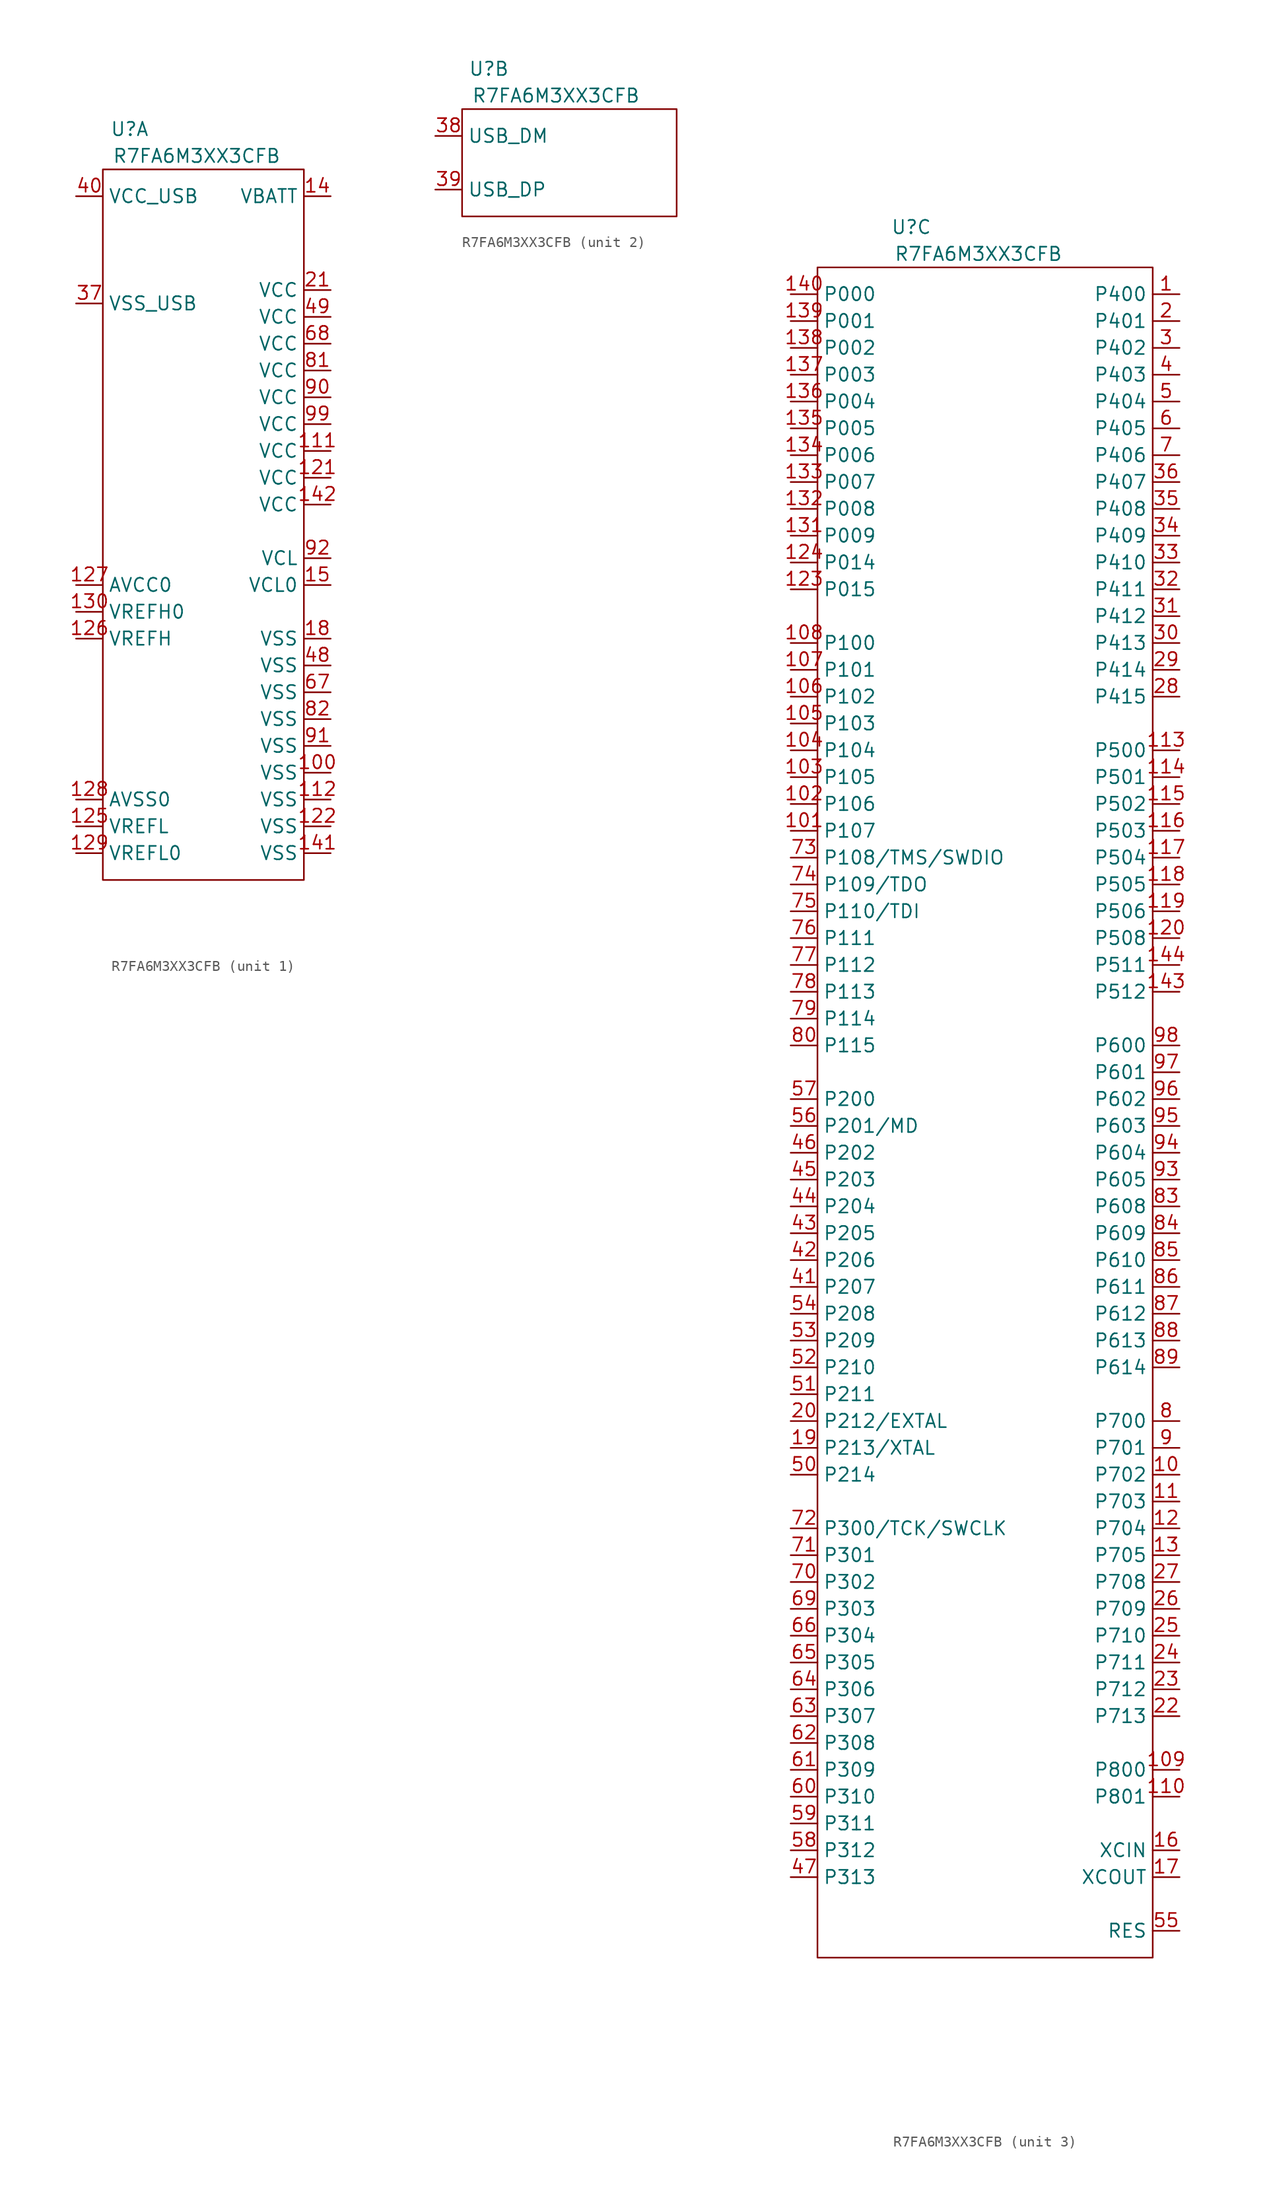
<source format=kicad_sym>
(kicad_symbol_lib
  (version 20211014)
  (generator kicad_symbol_editor)
  (symbol "R7FA6M3XX3CFB"
    (property "Reference" "U"
      (at -7.62 34.29 0)
      (effects (font (size 1.27 1.27))))
    (property "Value" "R7FA6M3XX3CFB"
      (at -1.27 31.75 0)
      (effects (font (size 1.27 1.27))))
    (symbol "R7FA6M3XX3CFB_1_1"
      (rectangle (start -10.16 30.48) (end 8.89 -36.83) (stroke (width 0) (type default) (color 0 0 0 0)) (fill (type none)))
      (pin power_out line (at 11.43 -26.67 180) (length 2.54) (name "VSS" (effects (font (size 1.27 1.27)))) (number "100" (effects (font (size 1.27 1.27)))))
      (pin power_in line (at 11.43 3.81 180) (length 2.54) (name "VCC" (effects (font (size 1.27 1.27)))) (number "111" (effects (font (size 1.27 1.27)))))
      (pin power_out line (at 11.43 -29.21 180) (length 2.54) (name "VSS" (effects (font (size 1.27 1.27)))) (number "112" (effects (font (size 1.27 1.27)))))
      (pin power_in line (at 11.43 1.27 180) (length 2.54) (name "VCC" (effects (font (size 1.27 1.27)))) (number "121" (effects (font (size 1.27 1.27)))))
      (pin power_out line (at 11.43 -31.75 180) (length 2.54) (name "VSS" (effects (font (size 1.27 1.27)))) (number "122" (effects (font (size 1.27 1.27)))))
      (pin power_in line (at -12.7 -31.75 0) (length 2.54) (name "VREFL" (effects (font (size 1.27 1.27)))) (number "125" (effects (font (size 1.27 1.27)))))
      (pin power_in line (at -12.7 -13.97 0) (length 2.54) (name "VREFH" (effects (font (size 1.27 1.27)))) (number "126" (effects (font (size 1.27 1.27)))))
      (pin power_in line (at -12.7 -8.89 0) (length 2.54) (name "AVCC0" (effects (font (size 1.27 1.27)))) (number "127" (effects (font (size 1.27 1.27)))))
      (pin power_out line (at -12.7 -29.21 0) (length 2.54) (name "AVSS0" (effects (font (size 1.27 1.27)))) (number "128" (effects (font (size 1.27 1.27)))))
      (pin power_in line (at -12.7 -34.29 0) (length 2.54) (name "VREFL0" (effects (font (size 1.27 1.27)))) (number "129" (effects (font (size 1.27 1.27)))))
      (pin power_in line (at -12.7 -11.43 0) (length 2.54) (name "VREFH0" (effects (font (size 1.27 1.27)))) (number "130" (effects (font (size 1.27 1.27)))))
      (pin power_in line (at 11.43 27.94 180) (length 2.54) (name "VBATT" (effects (font (size 1.27 1.27)))) (number "14" (effects (font (size 1.27 1.27)))))
      (pin power_out line (at 11.43 -34.29 180) (length 2.54) (name "VSS" (effects (font (size 1.27 1.27)))) (number "141" (effects (font (size 1.27 1.27)))))
      (pin power_in line (at 11.43 -1.27 180) (length 2.54) (name "VCC" (effects (font (size 1.27 1.27)))) (number "142" (effects (font (size 1.27 1.27)))))
      (pin power_in line (at 11.43 -8.89 180) (length 2.54) (name "VCL0" (effects (font (size 1.27 1.27)))) (number "15" (effects (font (size 1.27 1.27)))))
      (pin power_out line (at 11.43 -13.97 180) (length 2.54) (name "VSS" (effects (font (size 1.27 1.27)))) (number "18" (effects (font (size 1.27 1.27)))))
      (pin power_in line (at 11.43 19.05 180) (length 2.54) (name "VCC" (effects (font (size 1.27 1.27)))) (number "21" (effects (font (size 1.27 1.27)))))
      (pin power_in line (at -12.7 17.78 0) (length 2.54) (name "VSS_USB" (effects (font (size 1.27 1.27)))) (number "37" (effects (font (size 1.27 1.27)))))
      (pin bidirectional line (at -12.7 27.94 0) (length 2.54) (name "VCC_USB" (effects (font (size 1.27 1.27)))) (number "40" (effects (font (size 1.27 1.27)))))
      (pin power_out line (at 11.43 -16.51 180) (length 2.54) (name "VSS" (effects (font (size 1.27 1.27)))) (number "48" (effects (font (size 1.27 1.27)))))
      (pin power_in line (at 11.43 16.51 180) (length 2.54) (name "VCC" (effects (font (size 1.27 1.27)))) (number "49" (effects (font (size 1.27 1.27)))))
      (pin power_out line (at 11.43 -19.05 180) (length 2.54) (name "VSS" (effects (font (size 1.27 1.27)))) (number "67" (effects (font (size 1.27 1.27)))))
      (pin power_in line (at 11.43 13.97 180) (length 2.54) (name "VCC" (effects (font (size 1.27 1.27)))) (number "68" (effects (font (size 1.27 1.27)))))
      (pin power_in line (at 11.43 11.43 180) (length 2.54) (name "VCC" (effects (font (size 1.27 1.27)))) (number "81" (effects (font (size 1.27 1.27)))))
      (pin power_out line (at 11.43 -21.59 180) (length 2.54) (name "VSS" (effects (font (size 1.27 1.27)))) (number "82" (effects (font (size 1.27 1.27)))))
      (pin power_in line (at 11.43 8.89 180) (length 2.54) (name "VCC" (effects (font (size 1.27 1.27)))) (number "90" (effects (font (size 1.27 1.27)))))
      (pin power_out line (at 11.43 -24.13 180) (length 2.54) (name "VSS" (effects (font (size 1.27 1.27)))) (number "91" (effects (font (size 1.27 1.27)))))
      (pin power_out line (at 11.43 -6.35 180) (length 2.54) (name "VCL" (effects (font (size 1.27 1.27)))) (number "92" (effects (font (size 1.27 1.27)))))
      (pin power_in line (at 11.43 6.35 180) (length 2.54) (name "VCC" (effects (font (size 1.27 1.27)))) (number "99" (effects (font (size 1.27 1.27))))))
    (symbol "R7FA6M3XX3CFB_2_1"
      (rectangle (start -10.16 30.48) (end 10.16 20.32) (stroke (width 0) (type default) (color 0 0 0 0)) (fill (type none)))
      (pin bidirectional line (at -12.7 27.94 0) (length 2.54) (name "USB_DM" (effects (font (size 1.27 1.27)))) (number "38" (effects (font (size 1.27 1.27)))))
      (pin bidirectional line (at -12.7 22.86 0) (length 2.54) (name "USB_DP" (effects (font (size 1.27 1.27)))) (number "39" (effects (font (size 1.27 1.27))))))
    (symbol "R7FA6M3XX3CFB_3_1"
      (rectangle (start -16.51 30.48) (end 15.24 -129.54) (stroke (width 0) (type default) (color 0 0 0 0)) (fill (type none)))
      (pin bidirectional line (at 17.78 27.94 180) (length 2.54) (name "P400" (effects (font (size 1.27 1.27)))) (number "1" (effects (font (size 1.27 1.27)))))
      (pin bidirectional line (at 17.78 -83.82 180) (length 2.54) (name "P702" (effects (font (size 1.27 1.27)))) (number "10" (effects (font (size 1.27 1.27)))))
      (pin bidirectional line (at -19.05 -22.86 0) (length 2.54) (name "P107" (effects (font (size 1.27 1.27)))) (number "101" (effects (font (size 1.27 1.27)))))
      (pin bidirectional line (at -19.05 -20.32 0) (length 2.54) (name "P106" (effects (font (size 1.27 1.27)))) (number "102" (effects (font (size 1.27 1.27)))))
      (pin bidirectional line (at -19.05 -17.78 0) (length 2.54) (name "P105" (effects (font (size 1.27 1.27)))) (number "103" (effects (font (size 1.27 1.27)))))
      (pin bidirectional line (at -19.05 -15.24 0) (length 2.54) (name "P104" (effects (font (size 1.27 1.27)))) (number "104" (effects (font (size 1.27 1.27)))))
      (pin bidirectional line (at -19.05 -12.7 0) (length 2.54) (name "P103" (effects (font (size 1.27 1.27)))) (number "105" (effects (font (size 1.27 1.27)))))
      (pin bidirectional line (at -19.05 -10.16 0) (length 2.54) (name "P102" (effects (font (size 1.27 1.27)))) (number "106" (effects (font (size 1.27 1.27)))))
      (pin bidirectional line (at -19.05 -7.62 0) (length 2.54) (name "P101" (effects (font (size 1.27 1.27)))) (number "107" (effects (font (size 1.27 1.27)))))
      (pin bidirectional line (at -19.05 -5.08 0) (length 2.54) (name "P100" (effects (font (size 1.27 1.27)))) (number "108" (effects (font (size 1.27 1.27)))))
      (pin bidirectional line (at 17.78 -111.76 180) (length 2.54) (name "P800" (effects (font (size 1.27 1.27)))) (number "109" (effects (font (size 1.27 1.27)))))
      (pin bidirectional line (at 17.78 -86.36 180) (length 2.54) (name "P703" (effects (font (size 1.27 1.27)))) (number "11" (effects (font (size 1.27 1.27)))))
      (pin bidirectional line (at 17.78 -114.3 180) (length 2.54) (name "P801" (effects (font (size 1.27 1.27)))) (number "110" (effects (font (size 1.27 1.27)))))
      (pin power_out line (at 17.78 -15.24 180) (length 2.54) (name "P500" (effects (font (size 1.27 1.27)))) (number "113" (effects (font (size 1.27 1.27)))))
      (pin bidirectional line (at 17.78 -17.78 180) (length 2.54) (name "P501" (effects (font (size 1.27 1.27)))) (number "114" (effects (font (size 1.27 1.27)))))
      (pin bidirectional line (at 17.78 -20.32 180) (length 2.54) (name "P502" (effects (font (size 1.27 1.27)))) (number "115" (effects (font (size 1.27 1.27)))))
      (pin bidirectional line (at 17.78 -22.86 180) (length 2.54) (name "P503" (effects (font (size 1.27 1.27)))) (number "116" (effects (font (size 1.27 1.27)))))
      (pin bidirectional line (at 17.78 -25.4 180) (length 2.54) (name "P504" (effects (font (size 1.27 1.27)))) (number "117" (effects (font (size 1.27 1.27)))))
      (pin bidirectional line (at 17.78 -27.94 180) (length 2.54) (name "P505" (effects (font (size 1.27 1.27)))) (number "118" (effects (font (size 1.27 1.27)))))
      (pin bidirectional line (at 17.78 -30.48 180) (length 2.54) (name "P506" (effects (font (size 1.27 1.27)))) (number "119" (effects (font (size 1.27 1.27)))))
      (pin bidirectional line (at 17.78 -88.9 180) (length 2.54) (name "P704" (effects (font (size 1.27 1.27)))) (number "12" (effects (font (size 1.27 1.27)))))
      (pin bidirectional line (at 17.78 -33.02 180) (length 2.54) (name "P508" (effects (font (size 1.27 1.27)))) (number "120" (effects (font (size 1.27 1.27)))))
      (pin bidirectional line (at -19.05 0 0) (length 2.54) (name "P015" (effects (font (size 1.27 1.27)))) (number "123" (effects (font (size 1.27 1.27)))))
      (pin bidirectional line (at -19.05 2.54 0) (length 2.54) (name "P014" (effects (font (size 1.27 1.27)))) (number "124" (effects (font (size 1.27 1.27)))))
      (pin bidirectional line (at 17.78 -91.44 180) (length 2.54) (name "P705" (effects (font (size 1.27 1.27)))) (number "13" (effects (font (size 1.27 1.27)))))
      (pin bidirectional line (at -19.05 5.08 0) (length 2.54) (name "P009" (effects (font (size 1.27 1.27)))) (number "131" (effects (font (size 1.27 1.27)))))
      (pin bidirectional line (at -19.05 7.62 0) (length 2.54) (name "P008" (effects (font (size 1.27 1.27)))) (number "132" (effects (font (size 1.27 1.27)))))
      (pin bidirectional line (at -19.05 10.16 0) (length 2.54) (name "P007" (effects (font (size 1.27 1.27)))) (number "133" (effects (font (size 1.27 1.27)))))
      (pin bidirectional line (at -19.05 12.7 0) (length 2.54) (name "P006" (effects (font (size 1.27 1.27)))) (number "134" (effects (font (size 1.27 1.27)))))
      (pin bidirectional line (at -19.05 15.24 0) (length 2.54) (name "P005" (effects (font (size 1.27 1.27)))) (number "135" (effects (font (size 1.27 1.27)))))
      (pin bidirectional line (at -19.05 17.78 0) (length 2.54) (name "P004" (effects (font (size 1.27 1.27)))) (number "136" (effects (font (size 1.27 1.27)))))
      (pin bidirectional line (at -19.05 20.32 0) (length 2.54) (name "P003" (effects (font (size 1.27 1.27)))) (number "137" (effects (font (size 1.27 1.27)))))
      (pin bidirectional line (at -19.05 22.86 0) (length 2.54) (name "P002" (effects (font (size 1.27 1.27)))) (number "138" (effects (font (size 1.27 1.27)))))
      (pin bidirectional line (at -19.05 25.4 0) (length 2.54) (name "P001" (effects (font (size 1.27 1.27)))) (number "139" (effects (font (size 1.27 1.27)))))
      (pin bidirectional line (at -19.05 27.94 0) (length 2.54) (name "P000" (effects (font (size 1.27 1.27)))) (number "140" (effects (font (size 1.27 1.27)))))
      (pin bidirectional line (at 17.78 -38.1 180) (length 2.54) (name "P512" (effects (font (size 1.27 1.27)))) (number "143" (effects (font (size 1.27 1.27)))))
      (pin bidirectional line (at 17.78 -35.56 180) (length 2.54) (name "P511" (effects (font (size 1.27 1.27)))) (number "144" (effects (font (size 1.27 1.27)))))
      (pin input line (at 17.78 -119.38 180) (length 2.54) (name "XCIN" (effects (font (size 1.27 1.27)))) (number "16" (effects (font (size 1.27 1.27)))))
      (pin output line (at 17.78 -121.92 180) (length 2.54) (name "XCOUT" (effects (font (size 1.27 1.27)))) (number "17" (effects (font (size 1.27 1.27)))))
      (pin bidirectional line (at -19.05 -81.28 0) (length 2.54) (name "P213/XTAL" (effects (font (size 1.27 1.27)))) (number "19" (effects (font (size 1.27 1.27)))))
      (pin bidirectional line (at 17.78 25.4 180) (length 2.54) (name "P401" (effects (font (size 1.27 1.27)))) (number "2" (effects (font (size 1.27 1.27)))))
      (pin bidirectional line (at -19.05 -78.74 0) (length 2.54) (name "P212/EXTAL" (effects (font (size 1.27 1.27)))) (number "20" (effects (font (size 1.27 1.27)))))
      (pin bidirectional line (at 17.78 -106.68 180) (length 2.54) (name "P713" (effects (font (size 1.27 1.27)))) (number "22" (effects (font (size 1.27 1.27)))))
      (pin bidirectional line (at 17.78 -104.14 180) (length 2.54) (name "P712" (effects (font (size 1.27 1.27)))) (number "23" (effects (font (size 1.27 1.27)))))
      (pin bidirectional line (at 17.78 -101.6 180) (length 2.54) (name "P711" (effects (font (size 1.27 1.27)))) (number "24" (effects (font (size 1.27 1.27)))))
      (pin bidirectional line (at 17.78 -99.06 180) (length 2.54) (name "P710" (effects (font (size 1.27 1.27)))) (number "25" (effects (font (size 1.27 1.27)))))
      (pin bidirectional line (at 17.78 -96.52 180) (length 2.54) (name "P709" (effects (font (size 1.27 1.27)))) (number "26" (effects (font (size 1.27 1.27)))))
      (pin bidirectional line (at 17.78 -93.98 180) (length 2.54) (name "P708" (effects (font (size 1.27 1.27)))) (number "27" (effects (font (size 1.27 1.27)))))
      (pin bidirectional line (at 17.78 -10.16 180) (length 2.54) (name "P415" (effects (font (size 1.27 1.27)))) (number "28" (effects (font (size 1.27 1.27)))))
      (pin bidirectional line (at 17.78 -7.62 180) (length 2.54) (name "P414" (effects (font (size 1.27 1.27)))) (number "29" (effects (font (size 1.27 1.27)))))
      (pin bidirectional line (at 17.78 22.86 180) (length 2.54) (name "P402" (effects (font (size 1.27 1.27)))) (number "3" (effects (font (size 1.27 1.27)))))
      (pin bidirectional line (at 17.78 -5.08 180) (length 2.54) (name "P413" (effects (font (size 1.27 1.27)))) (number "30" (effects (font (size 1.27 1.27)))))
      (pin bidirectional line (at 17.78 -2.54 180) (length 2.54) (name "P412" (effects (font (size 1.27 1.27)))) (number "31" (effects (font (size 1.27 1.27)))))
      (pin bidirectional line (at 17.78 0 180) (length 2.54) (name "P411" (effects (font (size 1.27 1.27)))) (number "32" (effects (font (size 1.27 1.27)))))
      (pin bidirectional line (at 17.78 2.54 180) (length 2.54) (name "P410" (effects (font (size 1.27 1.27)))) (number "33" (effects (font (size 1.27 1.27)))))
      (pin bidirectional line (at 17.78 5.08 180) (length 2.54) (name "P409" (effects (font (size 1.27 1.27)))) (number "34" (effects (font (size 1.27 1.27)))))
      (pin bidirectional line (at 17.78 7.62 180) (length 2.54) (name "P408" (effects (font (size 1.27 1.27)))) (number "35" (effects (font (size 1.27 1.27)))))
      (pin bidirectional line (at 17.78 10.16 180) (length 2.54) (name "P407" (effects (font (size 1.27 1.27)))) (number "36" (effects (font (size 1.27 1.27)))))
      (pin bidirectional line (at 17.78 20.32 180) (length 2.54) (name "P403" (effects (font (size 1.27 1.27)))) (number "4" (effects (font (size 1.27 1.27)))))
      (pin bidirectional line (at -19.05 -66.04 0) (length 2.54) (name "P207" (effects (font (size 1.27 1.27)))) (number "41" (effects (font (size 1.27 1.27)))))
      (pin bidirectional line (at -19.05 -63.5 0) (length 2.54) (name "P206" (effects (font (size 1.27 1.27)))) (number "42" (effects (font (size 1.27 1.27)))))
      (pin bidirectional line (at -19.05 -60.96 0) (length 2.54) (name "P205" (effects (font (size 1.27 1.27)))) (number "43" (effects (font (size 1.27 1.27)))))
      (pin bidirectional line (at -19.05 -58.42 0) (length 2.54) (name "P204" (effects (font (size 1.27 1.27)))) (number "44" (effects (font (size 1.27 1.27)))))
      (pin bidirectional line (at -19.05 -55.88 0) (length 2.54) (name "P203" (effects (font (size 1.27 1.27)))) (number "45" (effects (font (size 1.27 1.27)))))
      (pin bidirectional line (at -19.05 -53.34 0) (length 2.54) (name "P202" (effects (font (size 1.27 1.27)))) (number "46" (effects (font (size 1.27 1.27)))))
      (pin bidirectional line (at -19.05 -121.92 0) (length 2.54) (name "P313" (effects (font (size 1.27 1.27)))) (number "47" (effects (font (size 1.27 1.27)))))
      (pin bidirectional line (at 17.78 17.78 180) (length 2.54) (name "P404" (effects (font (size 1.27 1.27)))) (number "5" (effects (font (size 1.27 1.27)))))
      (pin bidirectional line (at -19.05 -83.82 0) (length 2.54) (name "P214" (effects (font (size 1.27 1.27)))) (number "50" (effects (font (size 1.27 1.27)))))
      (pin bidirectional line (at -19.05 -76.2 0) (length 2.54) (name "P211" (effects (font (size 1.27 1.27)))) (number "51" (effects (font (size 1.27 1.27)))))
      (pin bidirectional line (at -19.05 -73.66 0) (length 2.54) (name "P210" (effects (font (size 1.27 1.27)))) (number "52" (effects (font (size 1.27 1.27)))))
      (pin bidirectional line (at -19.05 -71.12 0) (length 2.54) (name "P209" (effects (font (size 1.27 1.27)))) (number "53" (effects (font (size 1.27 1.27)))))
      (pin bidirectional line (at -19.05 -68.58 0) (length 2.54) (name "P208" (effects (font (size 1.27 1.27)))) (number "54" (effects (font (size 1.27 1.27)))))
      (pin bidirectional line (at 17.78 -127 180) (length 2.54) (name "RES" (effects (font (size 1.27 1.27)))) (number "55" (effects (font (size 1.27 1.27)))))
      (pin bidirectional line (at -19.05 -50.8 0) (length 2.54) (name "P201/MD" (effects (font (size 1.27 1.27)))) (number "56" (effects (font (size 1.27 1.27)))))
      (pin bidirectional line (at -19.05 -48.26 0) (length 2.54) (name "P200" (effects (font (size 1.27 1.27)))) (number "57" (effects (font (size 1.27 1.27)))))
      (pin bidirectional line (at -19.05 -119.38 0) (length 2.54) (name "P312" (effects (font (size 1.27 1.27)))) (number "58" (effects (font (size 1.27 1.27)))))
      (pin bidirectional line (at -19.05 -116.84 0) (length 2.54) (name "P311" (effects (font (size 1.27 1.27)))) (number "59" (effects (font (size 1.27 1.27)))))
      (pin bidirectional line (at 17.78 15.24 180) (length 2.54) (name "P405" (effects (font (size 1.27 1.27)))) (number "6" (effects (font (size 1.27 1.27)))))
      (pin bidirectional line (at -19.05 -114.3 0) (length 2.54) (name "P310" (effects (font (size 1.27 1.27)))) (number "60" (effects (font (size 1.27 1.27)))))
      (pin bidirectional line (at -19.05 -111.76 0) (length 2.54) (name "P309" (effects (font (size 1.27 1.27)))) (number "61" (effects (font (size 1.27 1.27)))))
      (pin bidirectional line (at -19.05 -109.22 0) (length 2.54) (name "P308" (effects (font (size 1.27 1.27)))) (number "62" (effects (font (size 1.27 1.27)))))
      (pin bidirectional line (at -19.05 -106.68 0) (length 2.54) (name "P307" (effects (font (size 1.27 1.27)))) (number "63" (effects (font (size 1.27 1.27)))))
      (pin bidirectional line (at -19.05 -104.14 0) (length 2.54) (name "P306" (effects (font (size 1.27 1.27)))) (number "64" (effects (font (size 1.27 1.27)))))
      (pin bidirectional line (at -19.05 -101.6 0) (length 2.54) (name "P305" (effects (font (size 1.27 1.27)))) (number "65" (effects (font (size 1.27 1.27)))))
      (pin bidirectional line (at -19.05 -99.06 0) (length 2.54) (name "P304" (effects (font (size 1.27 1.27)))) (number "66" (effects (font (size 1.27 1.27)))))
      (pin bidirectional line (at -19.05 -96.52 0) (length 2.54) (name "P303" (effects (font (size 1.27 1.27)))) (number "69" (effects (font (size 1.27 1.27)))))
      (pin bidirectional line (at 17.78 12.7 180) (length 2.54) (name "P406" (effects (font (size 1.27 1.27)))) (number "7" (effects (font (size 1.27 1.27)))))
      (pin bidirectional line (at -19.05 -93.98 0) (length 2.54) (name "P302" (effects (font (size 1.27 1.27)))) (number "70" (effects (font (size 1.27 1.27)))))
      (pin bidirectional line (at -19.05 -91.44 0) (length 2.54) (name "P301" (effects (font (size 1.27 1.27)))) (number "71" (effects (font (size 1.27 1.27)))))
      (pin bidirectional line (at -19.05 -88.9 0) (length 2.54) (name "P300/TCK/SWCLK" (effects (font (size 1.27 1.27)))) (number "72" (effects (font (size 1.27 1.27)))))
      (pin bidirectional line (at -19.05 -25.4 0) (length 2.54) (name "P108/TMS/SWDIO" (effects (font (size 1.27 1.27)))) (number "73" (effects (font (size 1.27 1.27)))))
      (pin bidirectional line (at -19.05 -27.94 0) (length 2.54) (name "P109/TDO" (effects (font (size 1.27 1.27)))) (number "74" (effects (font (size 1.27 1.27)))))
      (pin bidirectional line (at -19.05 -30.48 0) (length 2.54) (name "P110/TDI" (effects (font (size 1.27 1.27)))) (number "75" (effects (font (size 1.27 1.27)))))
      (pin bidirectional line (at -19.05 -33.02 0) (length 2.54) (name "P111" (effects (font (size 1.27 1.27)))) (number "76" (effects (font (size 1.27 1.27)))))
      (pin bidirectional line (at -19.05 -35.56 0) (length 2.54) (name "P112" (effects (font (size 1.27 1.27)))) (number "77" (effects (font (size 1.27 1.27)))))
      (pin bidirectional line (at -19.05 -38.1 0) (length 2.54) (name "P113" (effects (font (size 1.27 1.27)))) (number "78" (effects (font (size 1.27 1.27)))))
      (pin bidirectional line (at -19.05 -40.64 0) (length 2.54) (name "P114" (effects (font (size 1.27 1.27)))) (number "79" (effects (font (size 1.27 1.27)))))
      (pin bidirectional line (at 17.78 -78.74 180) (length 2.54) (name "P700" (effects (font (size 1.27 1.27)))) (number "8" (effects (font (size 1.27 1.27)))))
      (pin bidirectional line (at -19.05 -43.18 0) (length 2.54) (name "P115" (effects (font (size 1.27 1.27)))) (number "80" (effects (font (size 1.27 1.27)))))
      (pin bidirectional line (at 17.78 -58.42 180) (length 2.54) (name "P608" (effects (font (size 1.27 1.27)))) (number "83" (effects (font (size 1.27 1.27)))))
      (pin bidirectional line (at 17.78 -60.96 180) (length 2.54) (name "P609" (effects (font (size 1.27 1.27)))) (number "84" (effects (font (size 1.27 1.27)))))
      (pin bidirectional line (at 17.78 -63.5 180) (length 2.54) (name "P610" (effects (font (size 1.27 1.27)))) (number "85" (effects (font (size 1.27 1.27)))))
      (pin bidirectional line (at 17.78 -66.04 180) (length 2.54) (name "P611" (effects (font (size 1.27 1.27)))) (number "86" (effects (font (size 1.27 1.27)))))
      (pin bidirectional line (at 17.78 -68.58 180) (length 2.54) (name "P612" (effects (font (size 1.27 1.27)))) (number "87" (effects (font (size 1.27 1.27)))))
      (pin bidirectional line (at 17.78 -71.12 180) (length 2.54) (name "P613" (effects (font (size 1.27 1.27)))) (number "88" (effects (font (size 1.27 1.27)))))
      (pin bidirectional line (at 17.78 -73.66 180) (length 2.54) (name "P614" (effects (font (size 1.27 1.27)))) (number "89" (effects (font (size 1.27 1.27)))))
      (pin bidirectional line (at 17.78 -81.28 180) (length 2.54) (name "P701" (effects (font (size 1.27 1.27)))) (number "9" (effects (font (size 1.27 1.27)))))
      (pin bidirectional line (at 17.78 -55.88 180) (length 2.54) (name "P605" (effects (font (size 1.27 1.27)))) (number "93" (effects (font (size 1.27 1.27)))))
      (pin bidirectional line (at 17.78 -53.34 180) (length 2.54) (name "P604" (effects (font (size 1.27 1.27)))) (number "94" (effects (font (size 1.27 1.27)))))
      (pin bidirectional line (at 17.78 -50.8 180) (length 2.54) (name "P603" (effects (font (size 1.27 1.27)))) (number "95" (effects (font (size 1.27 1.27)))))
      (pin bidirectional line (at 17.78 -48.26 180) (length 2.54) (name "P602" (effects (font (size 1.27 1.27)))) (number "96" (effects (font (size 1.27 1.27)))))
      (pin bidirectional line (at 17.78 -45.72 180) (length 2.54) (name "P601" (effects (font (size 1.27 1.27)))) (number "97" (effects (font (size 1.27 1.27)))))
      (pin bidirectional line (at 17.78 -43.18 180) (length 2.54) (name "P600" (effects (font (size 1.27 1.27)))) (number "98" (effects (font (size 1.27 1.27))))))))
</source>
